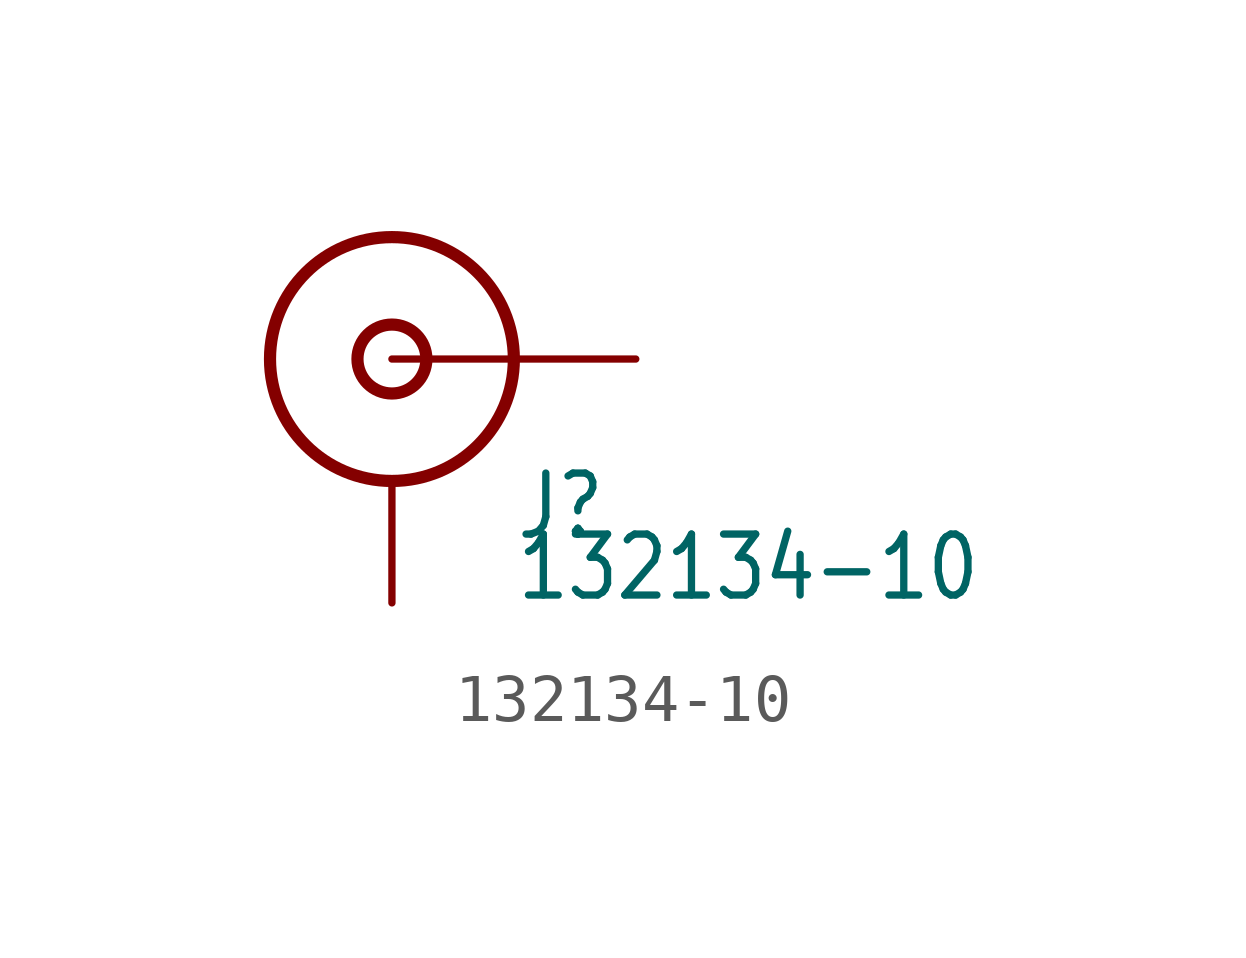
<source format=kicad_sym>
(kicad_symbol_lib
  (version 20211014)
  (generator kicad_symbol_editor)
  (symbol "132134-10"
    (property "Reference" "J"
      (at 2.54 -3.81 0)
      (effects (font (size 1.271 1.08)) (justify left bottom)))
    (property "Value" "132134-10"
      (at 2.54 -5.08 0)
      (effects (font (size 1.27 1.08)) (justify left bottom)))
    (property "ki_locked" ""
      (at 0 0 0)
      (effects (font (size 1.27 1.27))))
    (symbol "132134-10_1_0"
      (circle (center 0 0) (radius 0.718) (stroke (width 0.254) (type default) (color 0 0 0 0)) (fill (type none)))
      (circle (center 0 0) (radius 2.54) (stroke (width 0.254) (type default) (color 0 0 0 0)) (fill (type none)))
      (pin passive line (at 5.08 0 180) (length 5.08) (name "SIG" (effects (font (size 0 0)))) (number "CENTER" (effects (font (size 0 0)))))
      (pin passive line (at 0 -5.08 90) (length 2.54) (name "GND" (effects (font (size 0 0)))) (number "SHIELD" (effects (font (size 0 0))))))))
</source>
